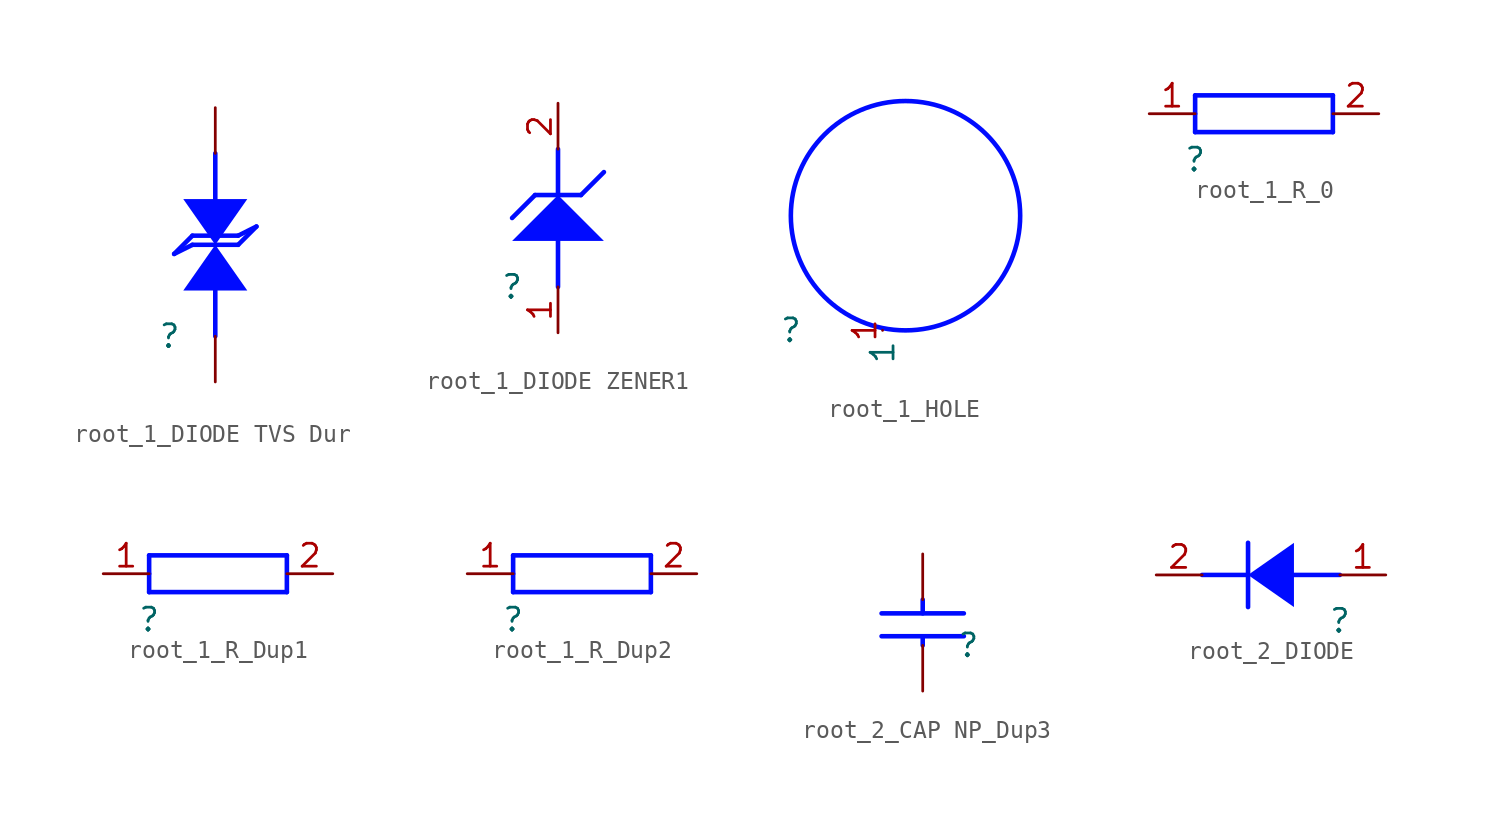
<source format=kicad_sym>
(kicad_symbol_lib
  (version 20231120)
  (generator "kicad_symbol_editor")
  (generator_version "8.0")
  (symbol "root_1_DIODE TVS Dur"
    (property "Reference" ""
      (at 0 0 0)
      (effects (font (size 1.27 1.27))))
    (property "Value" ""
      (at 0 0 0)
      (effects (font (size 1.27 1.27))))
    (symbol "root_1_DIODE TVS Dur_1_0"
      (polyline (pts (xy 1.27 5.08) (xy 0.254 4.572)) (stroke (width 0.254) (type solid) (color 0 11 255 1)) (fill (type none)))
      (polyline (pts (xy 1.27 5.588) (xy 0.254 4.572)) (stroke (width 0.254) (type solid) (color 0 11 255 1)) (fill (type none)))
      (polyline (pts (xy 2.54 0) (xy 2.54 2.54)) (stroke (width 0.254) (type solid) (color 0 11 255 1)) (fill (type none)))
      (polyline (pts (xy 2.54 10.16) (xy 2.54 7.62)) (stroke (width 0.254) (type solid) (color 0 11 255 1)) (fill (type none)))
      (polyline (pts (xy 3.81 5.08) (xy 1.27 5.08)) (stroke (width 0.254) (type solid) (color 0 11 255 1)) (fill (type none)))
      (polyline (pts (xy 3.81 5.08) (xy 4.826 6.096)) (stroke (width 0.254) (type solid) (color 0 11 255 1)) (fill (type none)))
      (polyline (pts (xy 3.81 5.588) (xy 1.27 5.588)) (stroke (width 0.254) (type solid) (color 0 11 255 1)) (fill (type none)))
      (polyline (pts (xy 3.81 5.588) (xy 4.826 6.096)) (stroke (width 0.254) (type solid) (color 0 11 255 1)) (fill (type none)))
      (polyline (pts (xy 2.54 5.08) (xy 2.54 5.08) (xy 0.762 7.62) (xy 4.318 7.62) (xy 2.54 5.08) (xy 2.54 5.08)) (stroke (width -0.0001) (type solid) (color 0 11 255 1)) (fill (type outline)))
      (polyline (pts (xy 2.54 5.08) (xy 2.54 5.08) (xy 4.318 2.54) (xy 0.762 2.54) (xy 2.54 5.08) (xy 2.54 5.08)) (stroke (width -0.0001) (type solid) (color 0 11 255 1)) (fill (type outline)))
      (pin passive line (at 2.54 -2.54 90) (length 2.54) (name "ANODE" (effects (font (size 0 0)))) (number "1" (effects (font (size 0 0)))))
      (pin passive line (at 2.54 12.7 270) (length 2.54) (name "CATHODE" (effects (font (size 0 0)))) (number "2" (effects (font (size 0 0)))))))
  (symbol "root_1_DIODE ZENER1"
    (property "Reference" ""
      (at 0 0 0)
      (effects (font (size 1.27 1.27))))
    (property "Value" ""
      (at 0 0 0)
      (effects (font (size 1.27 1.27))))
    (symbol "root_1_DIODE ZENER1_1_0"
      (polyline (pts (xy 0 3.81) (xy 1.27 5.08)) (stroke (width 0.254) (type solid) (color 0 11 255 1)) (fill (type none)))
      (polyline (pts (xy 1.27 5.08) (xy 3.81 5.08)) (stroke (width 0.254) (type solid) (color 0 11 255 1)) (fill (type none)))
      (polyline (pts (xy 2.54 0) (xy 2.54 2.54)) (stroke (width 0.254) (type solid) (color 0 11 255 1)) (fill (type none)))
      (polyline (pts (xy 2.54 5.08) (xy 2.54 7.62)) (stroke (width 0.254) (type solid) (color 0 11 255 1)) (fill (type none)))
      (polyline (pts (xy 3.81 5.08) (xy 5.08 6.35)) (stroke (width 0.254) (type solid) (color 0 11 255 1)) (fill (type none)))
      (polyline (pts (xy 0 2.54) (xy 5.08 2.54) (xy 2.54 5.08) (xy 0 2.54) (xy 0 2.54)) (stroke (width -0.0001) (type solid) (color 0 11 255 1)) (fill (type outline)))
      (pin passive line (at 2.54 -2.54 90) (length 2.54) (name "ANODE" (effects (font (size 0 0)))) (number "1" (effects (font (size 1.27 1.27)))))
      (pin passive line (at 2.54 10.16 270) (length 2.54) (name "CATHODE" (effects (font (size 0 0)))) (number "2" (effects (font (size 1.27 1.27)))))))
  (symbol "root_1_HOLE"
    (property "Reference" ""
      (at 0 0 0)
      (effects (font (size 1.27 1.27))))
    (property "Value" ""
      (at 0 0 0)
      (effects (font (size 1.27 1.27))))
    (symbol "root_1_HOLE_1_0"
      (circle (center 6.35 6.35) (radius 6.35) (stroke (width 0.254) (type solid) (color 0 11 255 1)) (fill (type none)))
      (pin passive line (at 5.08 0 270) (length 0) (name "1" (effects (font (size 1.27 1.27)))) (number "1" (effects (font (size 1.27 1.27)))))))
  (symbol "root_1_R_0"
    (property "Reference" ""
      (at 0 0 0)
      (effects (font (size 1.27 1.27))))
    (property "Value" ""
      (at 0 0 0)
      (effects (font (size 1.27 1.27))))
    (symbol "root_1_R_0_1_0"
      (polyline (pts (xy 0 1.524) (xy 0 2.54)) (stroke (width 0.254) (type solid) (color 0 11 255 1)) (fill (type none)))
      (polyline (pts (xy 0 2.54) (xy 0 3.556)) (stroke (width 0.254) (type solid) (color 0 11 255 1)) (fill (type none)))
      (polyline (pts (xy 0 3.556) (xy 7.62 3.556)) (stroke (width 0.254) (type solid) (color 0 11 255 1)) (fill (type none)))
      (polyline (pts (xy 7.62 1.524) (xy 0 1.524)) (stroke (width 0.254) (type solid) (color 0 11 255 1)) (fill (type none)))
      (polyline (pts (xy 7.62 3.556) (xy 7.62 1.524)) (stroke (width 0.254) (type solid) (color 0 11 255 1)) (fill (type none)))
      (pin passive line (at -2.54 2.54 0) (length 2.54) (name "1" (effects (font (size 0 0)))) (number "1" (effects (font (size 1.27 1.27)))))
      (pin passive line (at 10.16 2.54 180) (length 2.54) (name "2" (effects (font (size 0 0)))) (number "2" (effects (font (size 1.27 1.27)))))))
  (symbol "root_1_R_Dup1"
    (property "Reference" ""
      (at 0 0 0)
      (effects (font (size 1.27 1.27))))
    (property "Value" ""
      (at 0 0 0)
      (effects (font (size 1.27 1.27))))
    (symbol "root_1_R_Dup1_1_0"
      (polyline (pts (xy 0 1.524) (xy 0 2.54)) (stroke (width 0.254) (type solid) (color 0 11 255 1)) (fill (type none)))
      (polyline (pts (xy 0 2.54) (xy 0 3.556)) (stroke (width 0.254) (type solid) (color 0 11 255 1)) (fill (type none)))
      (polyline (pts (xy 0 3.556) (xy 7.62 3.556)) (stroke (width 0.254) (type solid) (color 0 11 255 1)) (fill (type none)))
      (polyline (pts (xy 7.62 1.524) (xy 0 1.524)) (stroke (width 0.254) (type solid) (color 0 11 255 1)) (fill (type none)))
      (polyline (pts (xy 7.62 3.556) (xy 7.62 1.524)) (stroke (width 0.254) (type solid) (color 0 11 255 1)) (fill (type none)))
      (pin passive line (at -2.54 2.54 0) (length 2.54) (name "1" (effects (font (size 0 0)))) (number "1" (effects (font (size 1.27 1.27)))))
      (pin passive line (at 10.16 2.54 180) (length 2.54) (name "2" (effects (font (size 0 0)))) (number "2" (effects (font (size 1.27 1.27)))))))
  (symbol "root_1_R_Dup2"
    (property "Reference" ""
      (at 0 0 0)
      (effects (font (size 1.27 1.27))))
    (property "Value" ""
      (at 0 0 0)
      (effects (font (size 1.27 1.27))))
    (symbol "root_1_R_Dup2_1_0"
      (polyline (pts (xy 0 1.524) (xy 0 2.54)) (stroke (width 0.254) (type solid) (color 0 11 255 1)) (fill (type none)))
      (polyline (pts (xy 0 2.54) (xy 0 3.556)) (stroke (width 0.254) (type solid) (color 0 11 255 1)) (fill (type none)))
      (polyline (pts (xy 0 3.556) (xy 7.62 3.556)) (stroke (width 0.254) (type solid) (color 0 11 255 1)) (fill (type none)))
      (polyline (pts (xy 7.62 1.524) (xy 0 1.524)) (stroke (width 0.254) (type solid) (color 0 11 255 1)) (fill (type none)))
      (polyline (pts (xy 7.62 3.556) (xy 7.62 1.524)) (stroke (width 0.254) (type solid) (color 0 11 255 1)) (fill (type none)))
      (pin passive line (at -2.54 2.54 0) (length 2.54) (name "1" (effects (font (size 0 0)))) (number "1" (effects (font (size 1.27 1.27)))))
      (pin passive line (at 10.16 2.54 180) (length 2.54) (name "2" (effects (font (size 0 0)))) (number "2" (effects (font (size 1.27 1.27)))))))
  (symbol "root_2_CAP NP_Dup3"
    (property "Reference" ""
      (at 0 0 0)
      (effects (font (size 1.27 1.27))))
    (property "Value" ""
      (at 0 0 0)
      (effects (font (size 1.27 1.27))))
    (symbol "root_2_CAP NP_Dup3_1_0"
      (polyline (pts (xy -2.54 0) (xy -2.54 0.508)) (stroke (width 0.254) (type solid) (color 0 11 255 1)) (fill (type none)))
      (polyline (pts (xy -2.54 2.54) (xy -2.54 1.778)) (stroke (width 0.254) (type solid) (color 0 11 255 1)) (fill (type none)))
      (polyline (pts (xy -0.254 0.508) (xy -4.826 0.508)) (stroke (width 0.254) (type solid) (color 0 11 255 1)) (fill (type none)))
      (polyline (pts (xy -0.254 1.778) (xy -4.826 1.778)) (stroke (width 0.254) (type solid) (color 0 11 255 1)) (fill (type none)))
      (pin passive line (at -2.54 -2.54 90) (length 2.54) (name "1" (effects (font (size 0 0)))) (number "1" (effects (font (size 0 0)))))
      (pin passive line (at -2.54 5.08 270) (length 2.54) (name "2" (effects (font (size 0 0)))) (number "2" (effects (font (size 0 0)))))))
  (symbol "root_2_DIODE"
    (property "Reference" ""
      (at 0 0 0)
      (effects (font (size 1.27 1.27))))
    (property "Value" ""
      (at 0 0 0)
      (effects (font (size 1.27 1.27))))
    (symbol "root_2_DIODE_1_0"
      (polyline (pts (xy -5.08 0.762) (xy -5.08 4.318)) (stroke (width 0.254) (type solid) (color 0 11 255 1)) (fill (type none)))
      (polyline (pts (xy -5.08 2.54) (xy -7.62 2.54)) (stroke (width 0.254) (type solid) (color 0 11 255 1)) (fill (type none)))
      (polyline (pts (xy 0 2.54) (xy -2.54 2.54)) (stroke (width 0.254) (type solid) (color 0 11 255 1)) (fill (type none)))
      (polyline (pts (xy -5.08 2.54) (xy -5.08 2.54) (xy -2.54 4.318) (xy -2.54 0.762) (xy -5.08 2.54) (xy -5.08 2.54)) (stroke (width -0.0001) (type solid) (color 0 11 255 1)) (fill (type outline)))
      (pin passive line (at 2.54 2.54 180) (length 2.54) (name "A" (effects (font (size 0 0)))) (number "1" (effects (font (size 1.27 1.27)))))
      (pin passive line (at -10.16 2.54 0) (length 2.54) (name "K" (effects (font (size 0 0)))) (number "2" (effects (font (size 1.27 1.27))))))))
</source>
